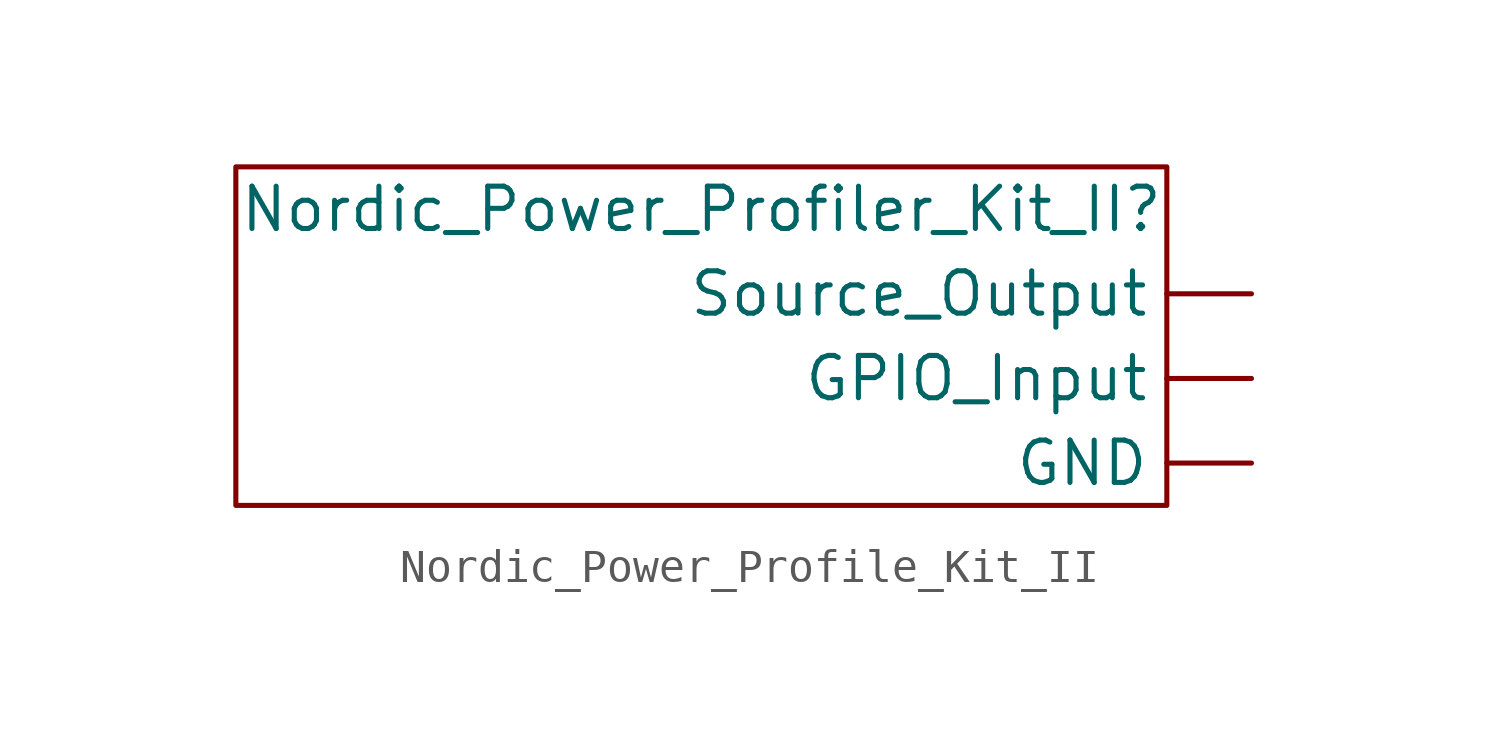
<source format=kicad_sym>
(kicad_symbol_lib
  (version 20220914)
  (generator kicad_symbol_editor)
  (symbol "Nordic_Power_Profile_Kit_II"
    (property "Reference" "Nordic_Power_Profiler_Kit_II"
      (at 0 3.81 0)
      (effects (font (size 1.27 1.27))))
    (property "Value" ""
      (at 0 0 0)
      (effects (font (size 1.27 1.27))))
    (symbol "Nordic_Power_Profile_Kit_II_0_1"
      (rectangle (start -13.97 5.08) (end 13.97 -5.08) (stroke (width 0) (type default)) (fill (type none))))
    (symbol "Nordic_Power_Profile_Kit_II_1_1"
      (pin input line (at 16.51 -3.81 180) (length 2.54) (name "GND" (effects (font (size 1.27 1.27)))) (number "" (effects (font (size 1.27 1.27)))))
      (pin input line (at 16.51 -1.27 180) (length 2.54) (name "GPIO_Input" (effects (font (size 1.27 1.27)))) (number "" (effects (font (size 1.27 1.27)))))
      (pin input line (at 16.51 1.27 180) (length 2.54) (name "Source_Output" (effects (font (size 1.27 1.27)))) (number "" (effects (font (size 1.27 1.27))))))))
</source>
